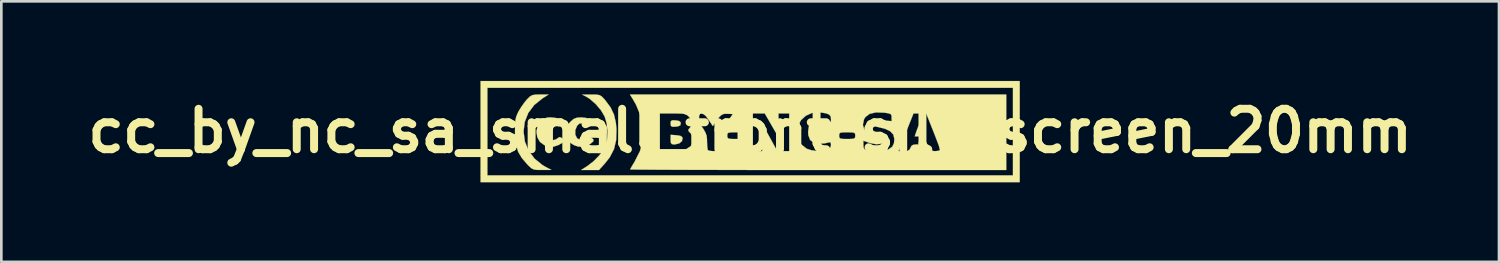
<source format=kicad_pcb>
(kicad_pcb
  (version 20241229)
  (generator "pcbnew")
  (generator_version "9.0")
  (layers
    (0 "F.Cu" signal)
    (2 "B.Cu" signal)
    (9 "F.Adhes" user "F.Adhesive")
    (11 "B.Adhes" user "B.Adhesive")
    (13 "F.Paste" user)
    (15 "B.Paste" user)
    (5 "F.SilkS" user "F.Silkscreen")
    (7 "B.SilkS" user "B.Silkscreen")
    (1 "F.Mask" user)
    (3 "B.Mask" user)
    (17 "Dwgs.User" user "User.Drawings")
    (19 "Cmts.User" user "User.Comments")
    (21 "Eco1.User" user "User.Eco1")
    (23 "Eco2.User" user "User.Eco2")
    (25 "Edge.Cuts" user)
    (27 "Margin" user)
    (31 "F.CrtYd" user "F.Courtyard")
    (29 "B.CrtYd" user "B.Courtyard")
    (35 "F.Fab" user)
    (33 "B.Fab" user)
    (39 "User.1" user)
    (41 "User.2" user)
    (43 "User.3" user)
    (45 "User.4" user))
  (footprint "cc_by_nc_sa_small_front_silk_screen_20mm"
    (layer "F.Cu")
    (at 25.226 1.885)
    (property "Reference" "cc_by_nc_sa_small_front_silk_screen_20mm" (at 0 0 0) (layer "F.SilkS") (effects (font (size 1.524 1.524) (thickness 0.3))))
    (attr through_hole)
    (fp_poly (pts (xy 6.429 -0.211) (xy 6.48 -0.1) (xy 6.509 -0.025) (xy 6.591 0.203) (xy 6.204 0.203) (xy 6.282 -0.025) (xy 6.334 -0.159) (xy 6.378 -0.242) (xy 6.393 -0.254) (xy 6.429 -0.211)) (stroke (width 0.01) (type solid)) (fill yes) (layer "F.SilkS"))
    (fp_poly (pts (xy 10.16 1.93) (xy -10.16 1.93) (xy -10.16 -1.626) (xy -9.906 -1.626) (xy -9.906 1.676) (xy 9.906 1.676) (xy 9.906 -1.626) (xy -9.906 -1.626) (xy -10.16 -1.626) (xy -10.16 -1.88) (xy 10.16 -1.88) (xy 10.16 1.93)) (stroke (width 0.01) (type solid)) (fill yes) (layer "F.SilkS"))
    (fp_poly (pts (xy -2.782 0.162) (xy -2.635 0.185) (xy -2.564 0.232) (xy -2.548 0.276) (xy -2.572 0.386) (xy -2.674 0.469) (xy -2.829 0.507) (xy -2.855 0.508) (xy -2.95 0.497) (xy -2.99 0.445) (xy -2.997 0.327) (xy -2.997 0.147) (xy -2.782 0.162)) (stroke (width 0.01) (type solid)) (fill yes) (layer "F.SilkS"))
    (fp_poly (pts (xy -2.823 -0.398) (xy -2.807 -0.397) (xy -2.677 -0.374) (xy -2.623 -0.326) (xy -2.616 -0.279) (xy -2.638 -0.208) (xy -2.721 -0.173) (xy -2.807 -0.162) (xy -2.931 -0.158) (xy -2.985 -0.188) (xy -2.997 -0.268) (xy -2.997 -0.279) (xy -2.988 -0.366) (xy -2.939 -0.399) (xy -2.823 -0.398)) (stroke (width 0.01) (type solid)) (fill yes) (layer "F.SilkS"))
    (fp_poly (pts (xy -5.803 -1.368) (xy -5.686 -1.351) (xy -5.601 -1.304) (xy -5.512 -1.214) (xy -5.465 -1.16) (xy -5.263 -0.888) (xy -5.133 -0.616) (xy -5.062 -0.308) (xy -5.039 -0.052) (xy -5.052 0.346) (xy -5.133 0.687) (xy -5.293 0.994) (xy -5.468 1.217) (xy -5.699 1.473) (xy -6.37 1.473) (xy -6.144 1.329) (xy -5.901 1.143) (xy -5.681 0.916) (xy -5.513 0.68) (xy -5.458 0.573) (xy -5.391 0.317) (xy -5.375 0.015) (xy -5.408 -0.289) (xy -5.482 -0.538) (xy -5.622 -0.778) (xy -5.822 -1.014) (xy -6.047 -1.21) (xy -6.172 -1.288) (xy -6.325 -1.368) (xy -5.986 -1.37) (xy -5.803 -1.368)) (stroke (width 0.01) (type solid)) (fill yes) (layer "F.SilkS"))
    (fp_poly (pts (xy -7.827 -1.228) (xy -8.14 -0.977) (xy -8.365 -0.677) (xy -8.499 -0.334) (xy -8.541 0.023) (xy -8.492 0.4) (xy -8.352 0.744) (xy -8.127 1.045) (xy -7.825 1.29) (xy -7.696 1.364) (xy -7.493 1.469) (xy -7.845 1.471) (xy -8.032 1.47) (xy -8.153 1.453) (xy -8.245 1.408) (xy -8.342 1.32) (xy -8.408 1.252) (xy -8.61 1.015) (xy -8.746 0.782) (xy -8.825 0.526) (xy -8.86 0.216) (xy -8.864 0.025) (xy -8.861 -0.22) (xy -8.848 -0.394) (xy -8.821 -0.526) (xy -8.773 -0.648) (xy -8.729 -0.737) (xy -8.614 -0.924) (xy -8.478 -1.11) (xy -8.418 -1.181) (xy -8.314 -1.286) (xy -8.224 -1.343) (xy -8.112 -1.367) (xy -7.938 -1.372) (xy -7.921 -1.372) (xy -7.6 -1.372) (xy -7.827 -1.228)) (stroke (width 0.01) (type solid)) (fill yes) (layer "F.SilkS"))
    (fp_poly (pts (xy -7.33 -0.489) (xy -7.168 -0.439) (xy -7.052 -0.371) (xy -7.01 -0.301) (xy -7.05 -0.246) (xy -7.116 -0.201) (xy -7.22 -0.173) (xy -7.311 -0.225) (xy -7.442 -0.292) (xy -7.567 -0.272) (xy -7.666 -0.177) (xy -7.718 -0.021) (xy -7.722 0.038) (xy -7.684 0.204) (xy -7.587 0.315) (xy -7.456 0.356) (xy -7.314 0.317) (xy -7.265 0.28) (xy -7.184 0.231) (xy -7.103 0.262) (xy -7.088 0.272) (xy -7.027 0.354) (xy -7.067 0.437) (xy -7.208 0.523) (xy -7.244 0.539) (xy -7.426 0.597) (xy -7.583 0.594) (xy -7.762 0.533) (xy -7.924 0.413) (xy -8.023 0.236) (xy -8.055 0.031) (xy -8.016 -0.178) (xy -7.903 -0.363) (xy -7.887 -0.379) (xy -7.777 -0.464) (xy -7.644 -0.502) (xy -7.51 -0.508) (xy -7.33 -0.489)) (stroke (width 0.01) (type solid)) (fill yes) (layer "F.SilkS"))
    (fp_poly (pts (xy -6.181 -0.488) (xy -6.023 -0.436) (xy -5.919 -0.363) (xy -5.893 -0.304) (xy -5.932 -0.247) (xy -5.999 -0.201) (xy -6.103 -0.173) (xy -6.193 -0.225) (xy -6.326 -0.298) (xy -6.448 -0.271) (xy -6.525 -0.192) (xy -6.592 -0.031) (xy -6.593 0.138) (xy -6.528 0.272) (xy -6.524 0.276) (xy -6.399 0.344) (xy -6.258 0.345) (xy -6.148 0.28) (xy -6.069 0.233) (xy -5.989 0.257) (xy -5.907 0.323) (xy -5.915 0.395) (xy -6.017 0.483) (xy -6.058 0.509) (xy -6.265 0.594) (xy -6.477 0.59) (xy -6.638 0.536) (xy -6.788 0.441) (xy -6.874 0.303) (xy -6.907 0.1) (xy -6.909 0.025) (xy -6.895 -0.146) (xy -6.839 -0.27) (xy -6.76 -0.36) (xy -6.644 -0.456) (xy -6.52 -0.499) (xy -6.365 -0.508) (xy -6.181 -0.488)) (stroke (width 0.01) (type solid)) (fill yes) (layer "F.SilkS"))
    (fp_poly (pts (xy 9.652 1.473) (xy 2.565 1.473) (xy 1.726 1.473) (xy 0.914 1.473) (xy 0.137 1.472) (xy -0.601 1.471) (xy -1.293 1.469) (xy -1.933 1.468) (xy -2.517 1.466) (xy -3.037 1.464) (xy -3.489 1.462) (xy -3.867 1.459) (xy -4.164 1.457) (xy -4.375 1.454) (xy -4.495 1.452) (xy -4.521 1.45) (xy -4.496 1.397) (xy -4.432 1.287) (xy -4.367 1.183) (xy -4.153 0.761) (xy -4.04 0.333) (xy -4.028 -0.104) (xy -4.117 -0.548) (xy -4.165 -0.66) (xy -3.404 -0.66) (xy -3.404 0.762) (xy -2.996 0.762) (xy -2.755 0.752) (xy -2.547 0.725) (xy -2.415 0.69) (xy -2.243 0.578) (xy -2.15 0.43) (xy -2.143 0.266) (xy -2.226 0.108) (xy -2.248 0.085) (xy -2.323 0.003) (xy -2.327 -0.053) (xy -2.273 -0.115) (xy -2.194 -0.252) (xy -2.213 -0.402) (xy -2.309 -0.536) (xy -2.376 -0.594) (xy -2.449 -0.631) (xy -2.461 -0.633) (xy -2.134 -0.633) (xy -2.106 -0.582) (xy -2.033 -0.469) (xy -1.929 -0.314) (xy -1.88 -0.244) (xy -1.754 -0.06) (xy -1.679 0.075) (xy -1.64 0.191) (xy -1.627 0.321) (xy -1.626 0.406) (xy -1.62 0.569) (xy -1.606 0.688) (xy -1.592 0.728) (xy -1.522 0.751) (xy -1.399 0.762) (xy -1.389 0.762) (xy -1.219 0.762) (xy -1.219 0.469) (xy -1.215 0.325) (xy -1.195 0.21) (xy -1.181 0.178) (xy -0.864 0.178) (xy -0.858 0.246) (xy -0.825 0.284) (xy -0.743 0.301) (xy -0.587 0.305) (xy -0.533 0.305) (xy -0.356 0.303) (xy -0.257 0.29) (xy -0.214 0.258) (xy -0.203 0.199) (xy -0.203 0.178) (xy -0.209 0.11) (xy -0.242 0.072) (xy -0.324 0.055) (xy -0.479 0.051) (xy -0.533 0.051) (xy -0.711 0.053) (xy -0.81 0.066) (xy -0.853 0.097) (xy -0.863 0.157) (xy -0.864 0.178) (xy -1.181 0.178) (xy -1.147 0.095) (xy -1.061 -0.048) (xy -0.937 -0.23) (xy -0.654 -0.635) (xy -0.847 -0.651) (xy -0.976 -0.648) (xy -1.081 -0.603) (xy -1.187 -0.5) (xy -1.314 -0.323) (xy -1.325 -0.307) (xy -1.405 -0.185) (xy -1.568 -0.423) (xy -1.67 -0.56) (xy -1.753 -0.631) (xy -1.849 -0.657) (xy -1.933 -0.66) (xy 0.102 -0.66) (xy 0.102 0.762) (xy 0.454 0.762) (xy 0.483 -0.218) (xy 1.023 0.762) (xy 1.473 0.762) (xy 5.589 0.762) (xy 5.793 0.762) (xy 5.933 0.751) (xy 6.008 0.706) (xy 6.045 0.635) (xy 6.081 0.564) (xy 6.14 0.526) (xy 6.249 0.511) (xy 6.401 0.508) (xy 6.574 0.512) (xy 6.673 0.53) (xy 6.726 0.572) (xy 6.756 0.635) (xy 6.813 0.725) (xy 6.912 0.759) (xy 6.984 0.762) (xy 7.102 0.75) (xy 7.161 0.72) (xy 7.163 0.713) (xy 7.145 0.651) (xy 7.096 0.512) (xy 7.023 0.317) (xy 6.932 0.082) (xy 6.9 0.002) (xy 6.637 -0.66) (xy 6.157 -0.66) (xy 5.969 -0.191) (xy 5.875 0.044) (xy 5.784 0.272) (xy 5.709 0.459) (xy 5.685 0.521) (xy 5.589 0.762) (xy 1.473 0.762) (xy 1.473 0.019) (xy 1.77 0.019) (xy 1.812 0.291) (xy 1.933 0.512) (xy 2.125 0.668) (xy 2.135 0.673) (xy 2.304 0.728) (xy 2.516 0.757) (xy 2.729 0.758) (xy 2.902 0.729) (xy 2.95 0.709) (xy 3.03 0.616) (xy 3.048 0.528) (xy 3.036 0.438) (xy 2.98 0.426) (xy 2.934 0.441) (xy 2.81 0.467) (xy 2.645 0.481) (xy 2.598 0.481) (xy 2.393 0.445) (xy 2.259 0.337) (xy 2.201 0.178) (xy 3.353 0.178) (xy 3.359 0.248) (xy 3.395 0.286) (xy 3.482 0.302) (xy 3.647 0.305) (xy 3.658 0.305) (xy 3.827 0.302) (xy 3.918 0.287) (xy 3.955 0.251) (xy 3.962 0.182) (xy 3.962 0.178) (xy 3.956 0.107) (xy 3.921 0.069) (xy 3.833 0.054) (xy 3.668 0.051) (xy 3.658 0.051) (xy 3.489 0.053) (xy 3.397 0.068) (xy 3.36 0.105) (xy 3.353 0.173) (xy 3.353 0.178) (xy 2.201 0.178) (xy 2.193 0.154) (xy 2.184 0.029) (xy 2.217 -0.186) (xy 2.25 -0.231) (xy 4.249 -0.231) (xy 4.298 -0.055) (xy 4.377 0.036) (xy 4.462 0.08) (xy 4.609 0.132) (xy 4.725 0.164) (xy 4.91 0.225) (xy 5.005 0.291) (xy 5.021 0.327) (xy 5.002 0.431) (xy 4.905 0.49) (xy 4.745 0.501) (xy 4.537 0.461) (xy 4.458 0.436) (xy 4.267 0.368) (xy 4.267 0.536) (xy 4.275 0.629) (xy 4.309 0.69) (xy 4.388 0.726) (xy 4.53 0.745) (xy 4.754 0.754) (xy 4.79 0.755) (xy 5.002 0.745) (xy 5.177 0.709) (xy 5.229 0.688) (xy 5.358 0.594) (xy 5.421 0.465) (xy 5.436 0.301) (xy 5.398 0.14) (xy 5.281 0.013) (xy 5.078 -0.084) (xy 4.782 -0.156) (xy 4.75 -0.162) (xy 4.659 -0.223) (xy 4.631 -0.3) (xy 4.626 -0.362) (xy 4.648 -0.396) (xy 4.718 -0.408) (xy 4.857 -0.403) (xy 4.974 -0.395) (xy 5.334 -0.369) (xy 5.334 -0.511) (xy 5.327 -0.593) (xy 5.289 -0.64) (xy 5.196 -0.668) (xy 5.049 -0.689) (xy 4.74 -0.699) (xy 4.504 -0.644) (xy 4.344 -0.524) (xy 4.289 -0.431) (xy 4.249 -0.231) (xy 2.25 -0.231) (xy 2.319 -0.326) (xy 2.493 -0.397) (xy 2.622 -0.406) (xy 2.785 -0.395) (xy 2.919 -0.366) (xy 2.95 -0.354) (xy 3.019 -0.329) (xy 3.045 -0.373) (xy 3.048 -0.451) (xy 3.032 -0.558) (xy 2.967 -0.622) (xy 2.864 -0.662) (xy 2.588 -0.71) (xy 2.327 -0.676) (xy 2.098 -0.572) (xy 1.917 -0.408) (xy 1.803 -0.194) (xy 1.77 0.019) (xy 1.473 0.019) (xy 1.473 -0.66) (xy 1.067 -0.66) (xy 1.066 -0.216) (xy 1.064 0.229) (xy 0.807 -0.216) (xy 0.551 -0.66) (xy 0.326 -0.66) (xy 0.102 -0.66) (xy -1.933 -0.66) (xy -2.059 -0.654) (xy -2.129 -0.639) (xy -2.134 -0.633) (xy -2.461 -0.633) (xy -2.555 -0.651) (xy -2.717 -0.659) (xy -2.919 -0.66) (xy -3.404 -0.66) (xy -4.165 -0.66) (xy -4.308 -1) (xy -4.417 -1.19) (xy -4.529 -1.372) (xy 9.652 -1.372) (xy 9.652 1.473)) (stroke (width 0.01) (type solid)) (fill yes) (layer "F.SilkS")))
  (gr_rect
    (start -3 -3)
    (end 53.452 6.82)
    (stroke (width 0.1) (type default))
    (fill no)
    (layer "Edge.Cuts")))
</source>
